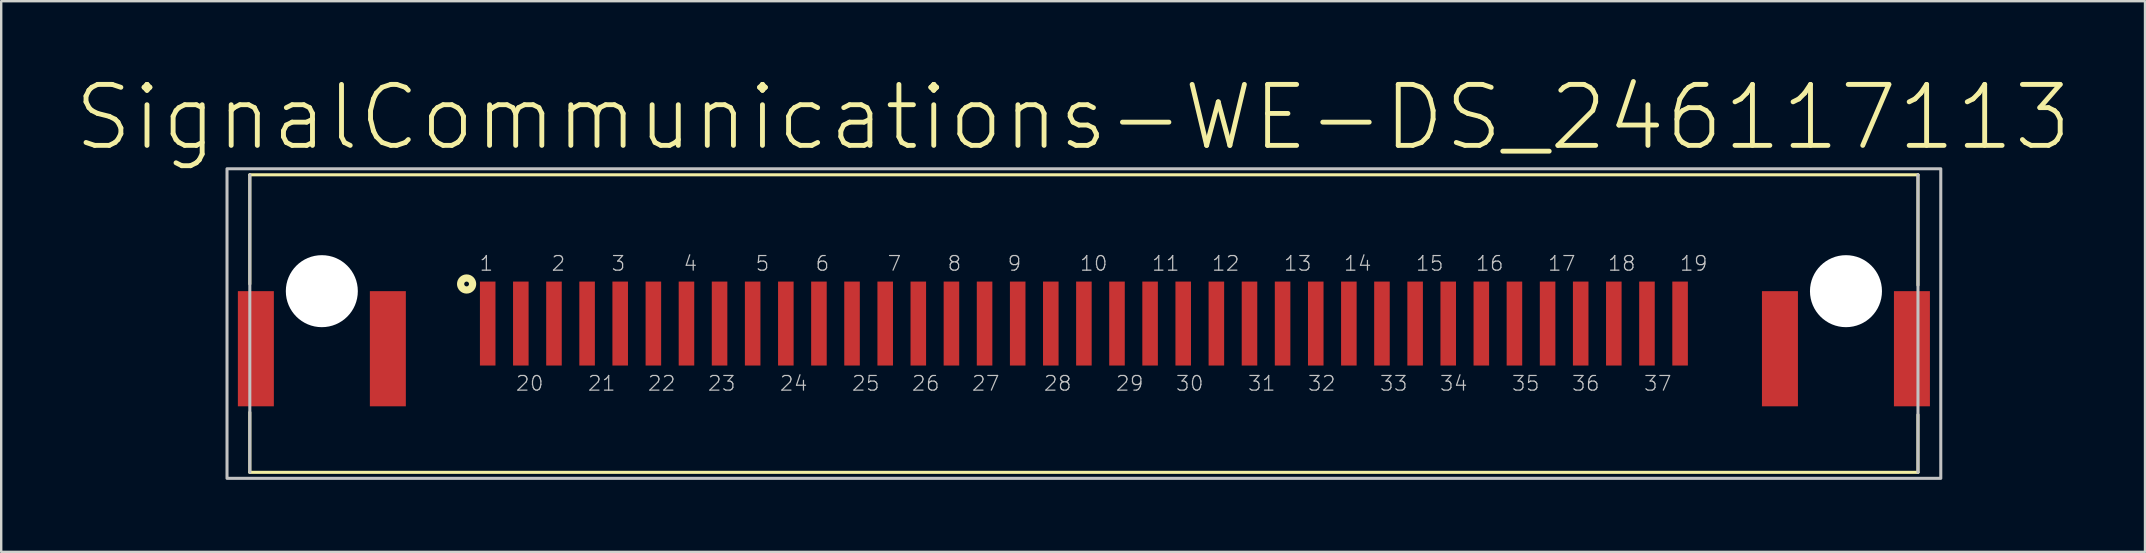
<source format=kicad_pcb>
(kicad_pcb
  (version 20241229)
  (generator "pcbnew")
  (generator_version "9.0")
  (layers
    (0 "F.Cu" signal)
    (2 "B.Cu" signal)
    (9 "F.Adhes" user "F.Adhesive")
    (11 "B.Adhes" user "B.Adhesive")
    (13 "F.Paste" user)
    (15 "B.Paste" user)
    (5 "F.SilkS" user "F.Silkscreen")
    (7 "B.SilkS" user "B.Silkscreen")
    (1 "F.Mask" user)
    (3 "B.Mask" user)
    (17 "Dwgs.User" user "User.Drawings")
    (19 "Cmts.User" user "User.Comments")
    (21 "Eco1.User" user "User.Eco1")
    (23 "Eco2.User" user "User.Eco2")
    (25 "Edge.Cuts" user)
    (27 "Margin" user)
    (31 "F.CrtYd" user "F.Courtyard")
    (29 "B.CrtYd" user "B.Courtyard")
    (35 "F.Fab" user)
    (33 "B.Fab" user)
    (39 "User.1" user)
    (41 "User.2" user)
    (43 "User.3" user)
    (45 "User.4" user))
  (footprint "SignalCommunications-WE-DS_246117113"
    (layer "F.Cu")
    (at 42.108 10.43)
    (property "Reference" "SignalCommunications-WE-DS_246117113" (at -0.45 -8.588 0) (layer "F.SilkS") (effects (font (size 2.54 2.54) (thickness 0.203))))
    (attr smd)
    (fp_line (start -34.75 -6.198) (end 34.75 -6.198) (stroke (width 0.127) (type solid)) (layer "F.SilkS"))
    (fp_line (start -34.75 -1.648) (end -34.75 -6.198) (stroke (width 0.127) (type solid)) (layer "F.SilkS"))
    (fp_line (start -34.75 3.698) (end -34.75 6.198) (stroke (width 0.127) (type solid)) (layer "F.SilkS"))
    (fp_line (start -34.75 6.198) (end 34.75 6.198) (stroke (width 0.127) (type solid)) (layer "F.SilkS"))
    (fp_line (start 34.75 -1.598) (end 34.75 -6.198) (stroke (width 0.127) (type solid)) (layer "F.SilkS"))
    (fp_line (start 34.75 3.8) (end 34.75 6.198) (stroke (width 0.127) (type solid)) (layer "F.SilkS"))
    (fp_circle (center -25.718 -1.648) (end -25.718 -1.748) (stroke (width 0.3) (type solid)) (fill no) (layer "F.SilkS"))
    (fp_line (start -34.75 -6.198) (end -34.75 6.198) (stroke (width 0.127) (type solid)) (layer "Dwgs.User"))
    (fp_line (start 34.75 -6.198) (end 34.75 6.198) (stroke (width 0.127) (type solid)) (layer "Dwgs.User"))
    (fp_poly (pts (xy -35.7 -6.449) (xy 35.7 -6.449) (xy 35.7 6.449) (xy -35.7 6.449) (xy -35.7 -6.449)) (stroke (width 0.127) (type solid)) (fill no) (layer "Dwgs.User"))
    (fp_text user "28" (at -1.09 2.494 0) (layer "Dwgs.User") (effects (font (size 0.61 0.61) (thickness 0.051))))
    (fp_text user "8" (at -5.395 -2.504 0) (layer "Dwgs.User") (effects (font (size 0.61 0.61) (thickness 0.051))))
    (fp_text user "2" (at -21.895 -2.504 0) (layer "Dwgs.User") (effects (font (size 0.61 0.61) (thickness 0.051))))
    (fp_text user "9" (at -2.893 -2.504 0) (layer "Dwgs.User") (effects (font (size 0.61 0.61) (thickness 0.051))))
    (fp_text user "37" (at 23.909 2.494 0) (layer "Dwgs.User") (effects (font (size 0.61 0.61) (thickness 0.051))))
    (fp_text user "13" (at 8.908 -2.504 0) (layer "Dwgs.User") (effects (font (size 0.61 0.61) (thickness 0.051))))
    (fp_text user "25" (at -9.088 2.494 0) (layer "Dwgs.User") (effects (font (size 0.61 0.61) (thickness 0.051))))
    (fp_text user "29" (at 1.908 2.494 0) (layer "Dwgs.User") (effects (font (size 0.61 0.61) (thickness 0.051))))
    (fp_text user "23" (at -15.09 2.494 0) (layer "Dwgs.User") (effects (font (size 0.61 0.61) (thickness 0.051))))
    (fp_text user "26" (at -6.589 2.494 0) (layer "Dwgs.User") (effects (font (size 0.61 0.61) (thickness 0.051))))
    (fp_text user "24" (at -12.09 2.494 0) (layer "Dwgs.User") (effects (font (size 0.61 0.61) (thickness 0.051))))
    (fp_text user "35" (at 18.407 2.494 0) (layer "Dwgs.User") (effects (font (size 0.61 0.61) (thickness 0.051))))
    (fp_text user "20" (at -23.089 2.494 0) (layer "Dwgs.User") (effects (font (size 0.61 0.61) (thickness 0.051))))
    (fp_text user "11" (at 3.409 -2.504 0) (layer "Dwgs.User") (effects (font (size 0.61 0.61) (thickness 0.051))))
    (fp_text user "14" (at 11.407 -2.504 0) (layer "Dwgs.User") (effects (font (size 0.61 0.61) (thickness 0.051))))
    (fp_text user "7" (at -7.894 -2.504 0) (layer "Dwgs.User") (effects (font (size 0.61 0.61) (thickness 0.051))))
    (fp_text user "22" (at -17.59 2.494 0) (layer "Dwgs.User") (effects (font (size 0.61 0.61) (thickness 0.051))))
    (fp_text user "21" (at -20.089 2.494 0) (layer "Dwgs.User") (effects (font (size 0.61 0.61) (thickness 0.051))))
    (fp_text user "3" (at -19.393 -2.504 0) (layer "Dwgs.User") (effects (font (size 0.61 0.61) (thickness 0.051))))
    (fp_text user "17" (at 19.909 -2.504 0) (layer "Dwgs.User") (effects (font (size 0.61 0.61) (thickness 0.051))))
    (fp_text user "18" (at 22.408 -2.504 0) (layer "Dwgs.User") (effects (font (size 0.61 0.61) (thickness 0.051))))
    (fp_text user "16" (at 16.909 -2.504 0) (layer "Dwgs.User") (effects (font (size 0.61 0.61) (thickness 0.051))))
    (fp_text user "19" (at 25.408 -2.504 0) (layer "Dwgs.User") (effects (font (size 0.61 0.61) (thickness 0.051))))
    (fp_text user "5" (at -13.393 -2.504 0) (layer "Dwgs.User") (effects (font (size 0.61 0.61) (thickness 0.051))))
    (fp_text user "31" (at 7.409 2.494 0) (layer "Dwgs.User") (effects (font (size 0.61 0.61) (thickness 0.051))))
    (fp_text user "15" (at 14.409 -2.504 0) (layer "Dwgs.User") (effects (font (size 0.61 0.61) (thickness 0.051))))
    (fp_text user "1" (at -24.895 -2.504 0) (layer "Dwgs.User") (effects (font (size 0.61 0.61) (thickness 0.051))))
    (fp_text user "12" (at 5.908 -2.504 0) (layer "Dwgs.User") (effects (font (size 0.61 0.61) (thickness 0.051))))
    (fp_text user "10" (at 0.409 -2.504 0) (layer "Dwgs.User") (effects (font (size 0.61 0.61) (thickness 0.051))))
    (fp_text user "30" (at 4.409 2.494 0) (layer "Dwgs.User") (effects (font (size 0.61 0.61) (thickness 0.051))))
    (fp_text user "33" (at 12.908 2.494 0) (layer "Dwgs.User") (effects (font (size 0.61 0.61) (thickness 0.051))))
    (fp_text user "4" (at -16.393 -2.504 0) (layer "Dwgs.User") (effects (font (size 0.61 0.61) (thickness 0.051))))
    (fp_text user "36" (at 20.909 2.494 0) (layer "Dwgs.User") (effects (font (size 0.61 0.61) (thickness 0.051))))
    (fp_text user "6" (at -10.894 -2.504 0) (layer "Dwgs.User") (effects (font (size 0.61 0.61) (thickness 0.051))))
    (fp_text user "32" (at 9.909 2.494 0) (layer "Dwgs.User") (effects (font (size 0.61 0.61) (thickness 0.051))))
    (fp_text user "34" (at 15.408 2.494 0) (layer "Dwgs.User") (effects (font (size 0.61 0.61) (thickness 0.051))))
    (fp_text user "27" (at -4.089 2.494 0) (layer "Dwgs.User") (effects (font (size 0.61 0.61) (thickness 0.051))))
    (pad "" np_thru_hole circle (at -31.75 -1.349) (size 3 3) (drill 3) (layers "*.Cu" "*.Mask"))
    (pad "" np_thru_hole circle (at 31.75 -1.349) (size 3 3) (drill 3) (layers "*.Cu" "*.Mask"))
    (pad "1" smd rect (at -24.839 0) (size 0.648 3.498) (layers "F.Cu" "F.Mask" "F.Paste"))
    (pad "2" smd rect (at -22.078 0) (size 0.648 3.498) (layers "F.Cu" "F.Mask" "F.Paste"))
    (pad "3" smd rect (at -19.319 0) (size 0.648 3.498) (layers "F.Cu" "F.Mask" "F.Paste"))
    (pad "4" smd rect (at -16.558 0) (size 0.648 3.498) (layers "F.Cu" "F.Mask" "F.Paste"))
    (pad "5" smd rect (at -13.8 0) (size 0.648 3.498) (layers "F.Cu" "F.Mask" "F.Paste"))
    (pad "6" smd rect (at -11.039 0) (size 0.648 3.498) (layers "F.Cu" "F.Mask" "F.Paste"))
    (pad "7" smd rect (at -8.278 0) (size 0.648 3.498) (layers "F.Cu" "F.Mask" "F.Paste"))
    (pad "8" smd rect (at -5.519 0) (size 0.648 3.498) (layers "F.Cu" "F.Mask" "F.Paste"))
    (pad "9" smd rect (at -2.758 0) (size 0.648 3.498) (layers "F.Cu" "F.Mask" "F.Paste"))
    (pad "10" smd rect (at 0 0) (size 0.648 3.498) (layers "F.Cu" "F.Mask" "F.Paste"))
    (pad "11" smd rect (at 2.758 0) (size 0.648 3.498) (layers "F.Cu" "F.Mask" "F.Paste"))
    (pad "12" smd rect (at 5.519 0) (size 0.648 3.498) (layers "F.Cu" "F.Mask" "F.Paste"))
    (pad "13" smd rect (at 8.278 0) (size 0.648 3.498) (layers "F.Cu" "F.Mask" "F.Paste"))
    (pad "14" smd rect (at 11.039 0) (size 0.648 3.498) (layers "F.Cu" "F.Mask" "F.Paste"))
    (pad "15" smd rect (at 13.8 0) (size 0.648 3.498) (layers "F.Cu" "F.Mask" "F.Paste"))
    (pad "16" smd rect (at 16.558 0) (size 0.648 3.498) (layers "F.Cu" "F.Mask" "F.Paste"))
    (pad "17" smd rect (at 19.319 0) (size 0.648 3.498) (layers "F.Cu" "F.Mask" "F.Paste"))
    (pad "18" smd rect (at 22.078 0) (size 0.648 3.498) (layers "F.Cu" "F.Mask" "F.Paste"))
    (pad "19" smd rect (at 24.839 0) (size 0.648 3.498) (layers "F.Cu" "F.Mask" "F.Paste"))
    (pad "20" smd rect (at -23.459 0) (size 0.648 3.498) (layers "F.Cu" "F.Mask" "F.Paste"))
    (pad "21" smd rect (at -20.698 0) (size 0.648 3.498) (layers "F.Cu" "F.Mask" "F.Paste"))
    (pad "22" smd rect (at -17.937 0) (size 0.648 3.498) (layers "F.Cu" "F.Mask" "F.Paste"))
    (pad "23" smd rect (at -15.179 0) (size 0.648 3.498) (layers "F.Cu" "F.Mask" "F.Paste"))
    (pad "24" smd rect (at -12.418 0) (size 0.648 3.498) (layers "F.Cu" "F.Mask" "F.Paste"))
    (pad "25" smd rect (at -9.66 0) (size 0.648 3.498) (layers "F.Cu" "F.Mask" "F.Paste"))
    (pad "26" smd rect (at -6.899 0) (size 0.648 3.498) (layers "F.Cu" "F.Mask" "F.Paste"))
    (pad "27" smd rect (at -4.138 0) (size 0.648 3.498) (layers "F.Cu" "F.Mask" "F.Paste"))
    (pad "28" smd rect (at -1.379 0) (size 0.648 3.498) (layers "F.Cu" "F.Mask" "F.Paste"))
    (pad "29" smd rect (at 1.379 0) (size 0.648 3.498) (layers "F.Cu" "F.Mask" "F.Paste"))
    (pad "30" smd rect (at 4.138 0) (size 0.648 3.498) (layers "F.Cu" "F.Mask" "F.Paste"))
    (pad "31" smd rect (at 6.899 0) (size 0.648 3.498) (layers "F.Cu" "F.Mask" "F.Paste"))
    (pad "32" smd rect (at 9.66 0) (size 0.648 3.498) (layers "F.Cu" "F.Mask" "F.Paste"))
    (pad "33" smd rect (at 12.418 0) (size 0.648 3.498) (layers "F.Cu" "F.Mask" "F.Paste"))
    (pad "34" smd rect (at 15.179 0) (size 0.648 3.498) (layers "F.Cu" "F.Mask" "F.Paste"))
    (pad "35" smd rect (at 17.937 0) (size 0.648 3.498) (layers "F.Cu" "F.Mask" "F.Paste"))
    (pad "36" smd rect (at 20.698 0) (size 0.648 3.498) (layers "F.Cu" "F.Mask" "F.Paste"))
    (pad "37" smd rect (at 23.459 0) (size 0.648 3.498) (layers "F.Cu" "F.Mask" "F.Paste"))
    (pad "L1" smd rect (at -28.999 1.049) (size 1.499 4.798) (layers "F.Cu" "F.Mask" "F.Paste"))
    (pad "L2" smd rect (at -34.498 1.049) (size 1.499 4.798) (layers "F.Cu" "F.Mask" "F.Paste"))
    (pad "R1" smd rect (at 28.999 1.049) (size 1.499 4.798) (layers "F.Cu" "F.Mask" "F.Paste"))
    (pad "R2" smd rect (at 34.498 1.049) (size 1.499 4.798) (layers "F.Cu" "F.Mask" "F.Paste")))
  (gr_rect
    (start -3 -3)
    (end 86.317 19.943)
    (stroke (width 0.1) (type default))
    (fill no)
    (layer "Edge.Cuts")))
</source>
